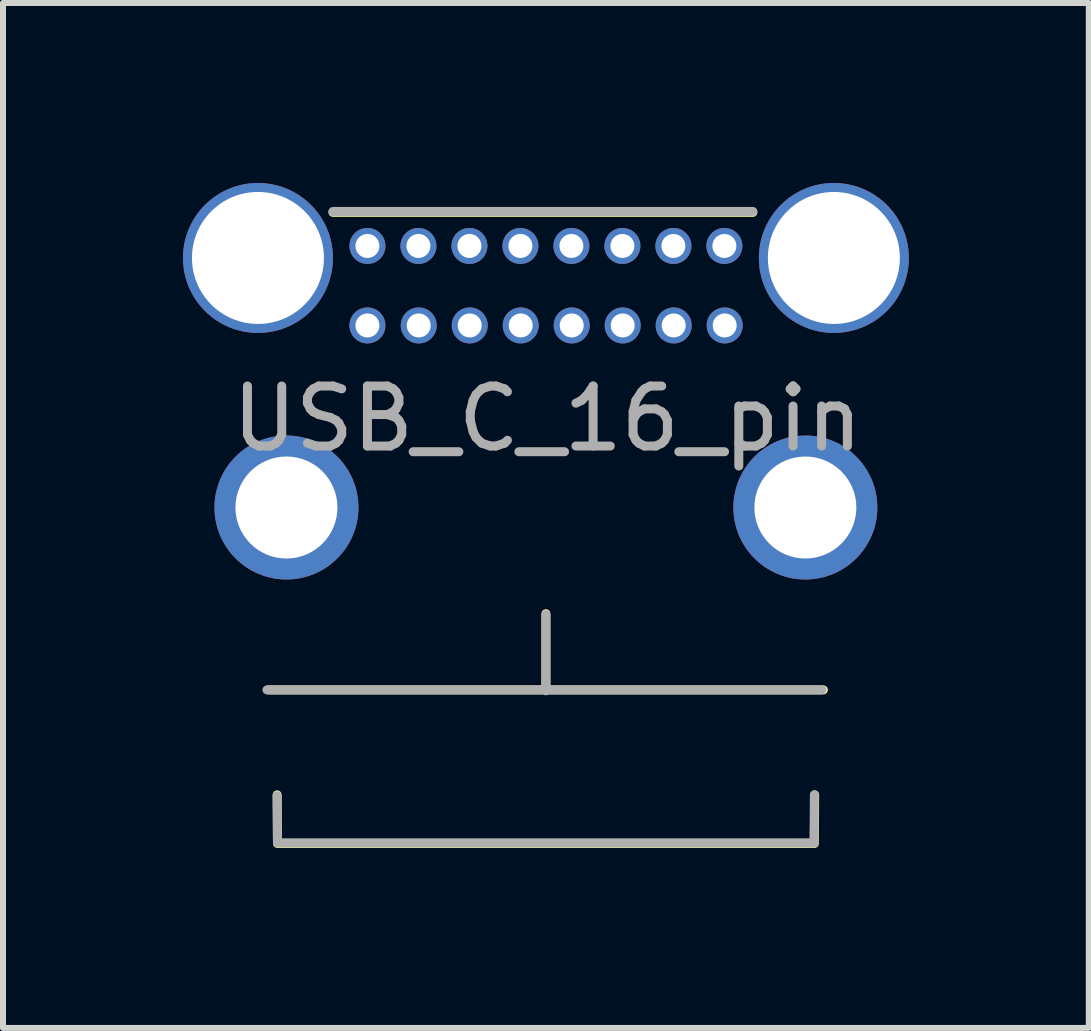
<source format=kicad_pcb>
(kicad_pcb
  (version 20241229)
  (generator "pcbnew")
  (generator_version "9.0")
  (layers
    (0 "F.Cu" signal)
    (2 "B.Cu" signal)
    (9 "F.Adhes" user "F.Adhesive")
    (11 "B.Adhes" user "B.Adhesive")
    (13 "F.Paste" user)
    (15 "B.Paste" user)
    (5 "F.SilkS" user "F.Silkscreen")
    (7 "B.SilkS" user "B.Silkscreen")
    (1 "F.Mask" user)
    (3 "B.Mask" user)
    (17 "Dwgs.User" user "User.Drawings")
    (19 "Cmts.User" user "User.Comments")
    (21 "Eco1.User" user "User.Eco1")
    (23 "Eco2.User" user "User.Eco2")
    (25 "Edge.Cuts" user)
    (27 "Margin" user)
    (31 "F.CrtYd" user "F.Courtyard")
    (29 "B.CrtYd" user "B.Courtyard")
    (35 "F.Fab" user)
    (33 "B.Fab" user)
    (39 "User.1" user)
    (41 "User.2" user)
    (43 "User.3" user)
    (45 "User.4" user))
  (footprint "USB_C_16_pin"
    (layer "F.Cu")
    (at 6.05 7.15)
    (property "Reference" "USB_C_16_pin" (at 0.025 -3.22 0) (layer "F.Fab") (effects (font (size 1 1) (thickness 0.15))))
    (attr through_hole)
    (fp_line (start -4.625 1.3) (end 4.625 1.3) (stroke (width 0.15) (type solid)) (layer "F.SilkS"))
    (fp_line (start -4.475 3.81) (end -4.48 3.05) (stroke (width 0.15) (type solid)) (layer "F.SilkS"))
    (fp_line (start -4.475 3.86) (end 4.475 3.86) (stroke (width 0.15) (type solid)) (layer "F.SilkS"))
    (fp_line (start -3.55 -6.66) (end 3.45 -6.66) (stroke (width 0.15) (type solid)) (layer "F.SilkS"))
    (fp_line (start 0 1.3) (end 0 0.03) (stroke (width 0.15) (type solid)) (layer "F.SilkS"))
    (fp_line (start 4.48 3.05) (end 4.475 3.81) (stroke (width 0.15) (type solid)) (layer "F.SilkS"))
    (fp_line (start -4.65 1.3) (end 4.6 1.3) (stroke (width 0.15) (type solid)) (layer "F.Fab"))
    (fp_line (start -4.475 3.825) (end -4.48 3.065) (stroke (width 0.15) (type solid)) (layer "F.Fab"))
    (fp_line (start -4.475 3.85) (end 4.475 3.85) (stroke (width 0.15) (type solid)) (layer "F.Fab"))
    (fp_line (start -3.55 -6.675) (end 3.45 -6.675) (stroke (width 0.15) (type solid)) (layer "F.Fab"))
    (fp_line (start 0 1.315) (end 0 0.045) (stroke (width 0.15) (type solid)) (layer "F.Fab"))
    (fp_line (start 4.475 3.05) (end 4.47 3.81) (stroke (width 0.15) (type solid)) (layer "F.Fab"))
    (pad "A1" thru_hole circle (at -2.975 -6.1) (size 0.6 0.6) (drill 0.4) (layers "*.Cu" "*.Mask"))
    (pad "A4" thru_hole circle (at -2.125 -6.1) (size 0.6 0.6) (drill 0.4) (layers "*.Cu" "*.Mask"))
    (pad "A5" thru_hole circle (at -1.275 -6.1) (size 0.6 0.6) (drill 0.4) (layers "*.Cu" "*.Mask"))
    (pad "A6" thru_hole circle (at -0.425 -6.1) (size 0.6 0.6) (drill 0.4) (layers "*.Cu" "*.Mask"))
    (pad "A7" thru_hole circle (at 0.425 -6.1) (size 0.6 0.6) (drill 0.4) (layers "*.Cu" "*.Mask"))
    (pad "A8" thru_hole circle (at 1.275 -6.1) (size 0.6 0.6) (drill 0.4) (layers "*.Cu" "*.Mask"))
    (pad "A9" thru_hole circle (at 2.125 -6.1) (size 0.6 0.6) (drill 0.4) (layers "*.Cu" "*.Mask"))
    (pad "A12" thru_hole circle (at 2.975 -6.1) (size 0.6 0.6) (drill 0.4) (layers "*.Cu" "*.Mask"))
    (pad "B1" thru_hole circle (at 2.98 -4.775) (size 0.6 0.6) (drill 0.4) (layers "*.Cu" "*.Mask"))
    (pad "B4" thru_hole circle (at 2.13 -4.775) (size 0.6 0.6) (drill 0.4) (layers "*.Cu" "*.Mask"))
    (pad "B5" thru_hole circle (at 1.28 -4.775) (size 0.6 0.6) (drill 0.4) (layers "*.Cu" "*.Mask"))
    (pad "B6" thru_hole circle (at 0.43 -4.775) (size 0.6 0.6) (drill 0.4) (layers "*.Cu" "*.Mask"))
    (pad "B7" thru_hole circle (at -0.42 -4.775) (size 0.6 0.6) (drill 0.4) (layers "*.Cu" "*.Mask"))
    (pad "B8" thru_hole circle (at -1.27 -4.775) (size 0.6 0.6) (drill 0.4) (layers "*.Cu" "*.Mask"))
    (pad "B9" thru_hole circle (at -2.12 -4.775) (size 0.6 0.6) (drill 0.4) (layers "*.Cu" "*.Mask"))
    (pad "B12" thru_hole circle (at -2.975 -4.775) (size 0.6 0.6) (drill 0.4) (layers "*.Cu" "*.Mask"))
    (pad "S1" thru_hole circle (at -4.8 -5.9) (size 2.5 2.5) (drill 2.2) (layers "*.Cu" "*.Mask"))
    (pad "S1" thru_hole circle (at -4.325 -1.74) (size 2.4 2.4) (drill 1.7) (layers "*.Cu" "*.Mask"))
    (pad "S1" thru_hole circle (at 4.325 -1.74) (size 2.4 2.4) (drill 1.7) (layers "*.Cu" "*.Mask"))
    (pad "S1" thru_hole circle (at 4.8 -5.9) (size 2.5 2.5) (drill 2.2) (layers "*.Cu" "*.Mask")))
  (gr_rect
    (start -3 -3)
    (end 15.1 14.085)
    (stroke (width 0.1) (type default))
    (fill no)
    (layer "Edge.Cuts")))
</source>
